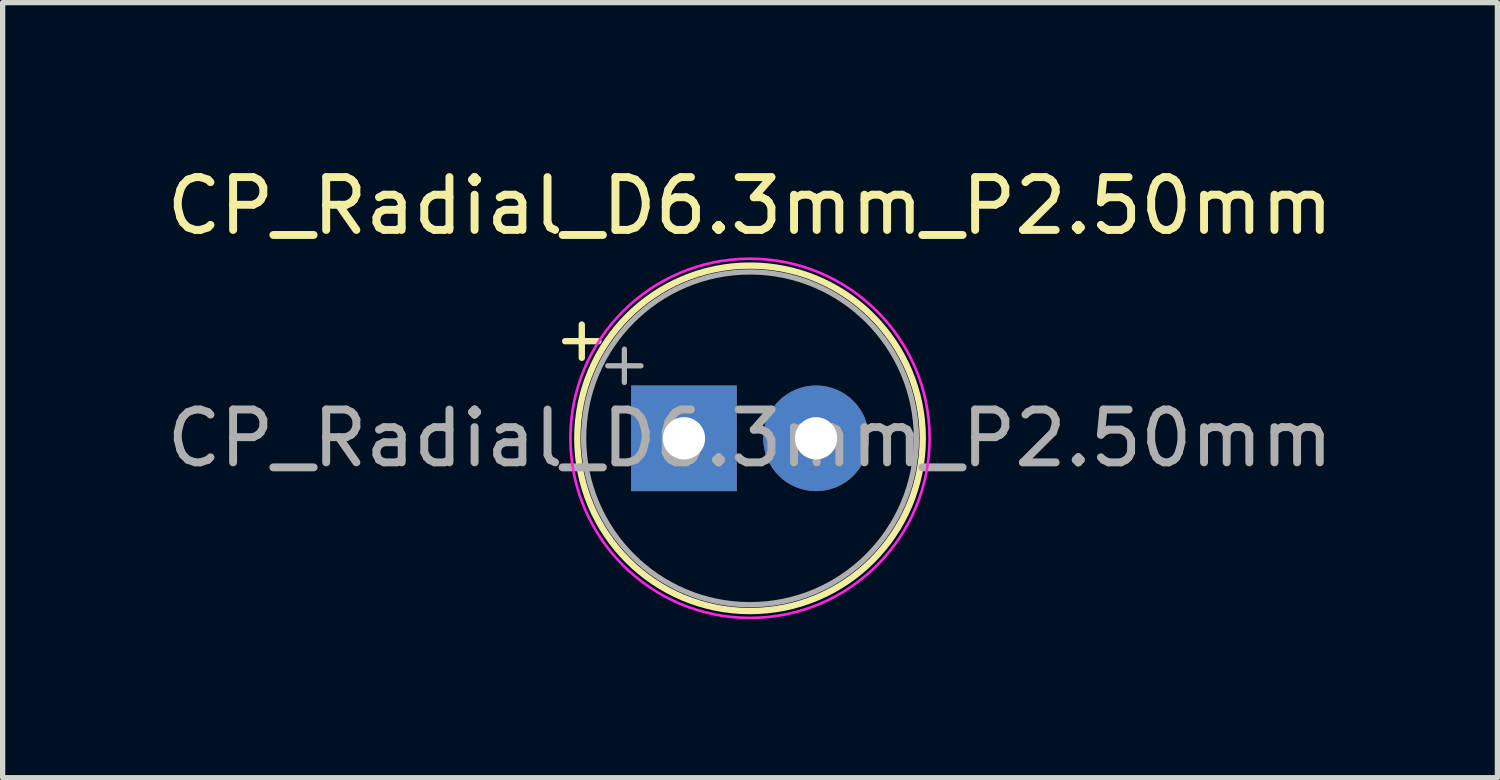
<source format=kicad_pcb>
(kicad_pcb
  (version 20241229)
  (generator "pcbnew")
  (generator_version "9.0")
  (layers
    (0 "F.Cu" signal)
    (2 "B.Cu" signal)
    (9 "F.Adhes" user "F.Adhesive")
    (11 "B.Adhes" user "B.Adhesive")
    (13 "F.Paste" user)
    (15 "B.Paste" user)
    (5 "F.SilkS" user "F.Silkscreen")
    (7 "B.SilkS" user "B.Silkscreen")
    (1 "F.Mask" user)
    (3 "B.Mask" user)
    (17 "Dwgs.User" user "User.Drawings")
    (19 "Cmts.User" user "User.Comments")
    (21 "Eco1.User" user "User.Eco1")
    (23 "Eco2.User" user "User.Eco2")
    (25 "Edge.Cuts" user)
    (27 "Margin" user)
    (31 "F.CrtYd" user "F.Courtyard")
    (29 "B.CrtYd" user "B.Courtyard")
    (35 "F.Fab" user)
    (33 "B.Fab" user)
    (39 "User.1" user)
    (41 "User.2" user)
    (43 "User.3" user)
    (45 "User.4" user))
  (footprint "CP_Radial_D6.3mm_P2.50mm"
    (layer "F.Cu")
    (at 9.899 5.248)
    (property "Reference" "CP_Radial_D6.3mm_P2.50mm" (at 1.25 -4.4 0) (layer "F.SilkS") (effects (font (size 1 1) (thickness 0.15))))
    (attr through_hole)
    (fp_line (start -2.25 -1.839) (end -1.62 -1.839) (stroke (width 0.12) (type solid)) (layer "F.SilkS"))
    (fp_line (start -1.935 -2.154) (end -1.935 -1.524) (stroke (width 0.12) (type solid)) (layer "F.SilkS"))
    (fp_circle (center 1.25 0) (end 4.52 0) (stroke (width 0.12) (type solid)) (fill no) (layer "F.SilkS"))
    (fp_circle (center 1.25 0) (end 4.65 0) (stroke (width 0.05) (type solid)) (fill no) (layer "F.CrtYd"))
    (fp_line (start -1.444 -1.373) (end -0.814 -1.373) (stroke (width 0.1) (type solid)) (layer "F.Fab"))
    (fp_line (start -1.129 -1.688) (end -1.129 -1.058) (stroke (width 0.1) (type solid)) (layer "F.Fab"))
    (fp_circle (center 1.25 0) (end 4.4 0) (stroke (width 0.1) (type solid)) (fill no) (layer "F.Fab"))
    (fp_text user "${REFERENCE}" (at 1.25 0 0) (layer "F.Fab") (effects (font (size 1 1) (thickness 0.15))))
    (pad "1" thru_hole rect (at 0 0) (size 2 2) (drill 0.8) (layers "*.Cu" "*.Mask"))
    (pad "2" thru_hole circle (at 2.5 0) (size 2 2) (drill 0.8) (layers "*.Cu" "*.Mask")))
  (gr_rect
    (start -3 -3)
    (end 25.298 11.673)
    (stroke (width 0.1) (type default))
    (fill no)
    (layer "Edge.Cuts")))
</source>
